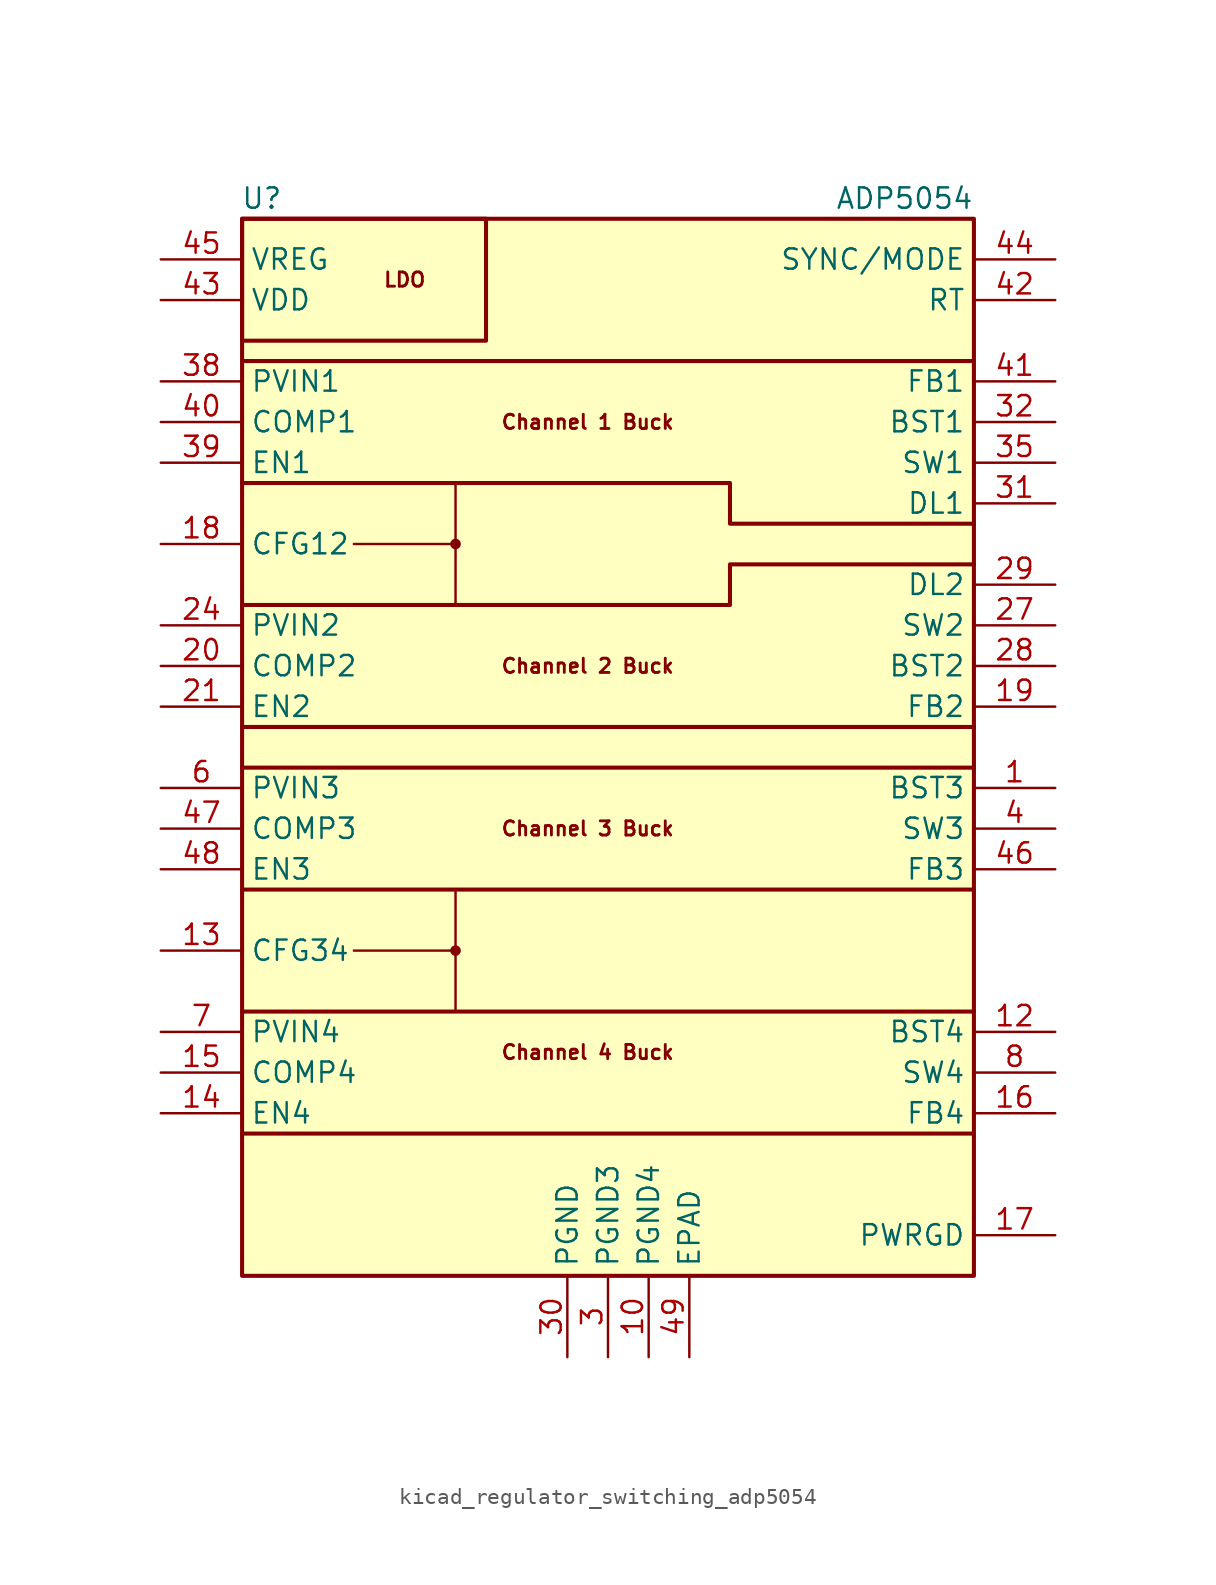
<source format=kicad_sym>
(kicad_symbol_lib
  (version 20220914)
  (generator kicad_symbol_editor)
  (symbol "kicad_regulator_switching_adp5054"
    (property "Reference" "U"
      (at -20.32 24.13 0)
      (effects (font (size 1.27 1.27)) (justify right)))
    (property "Value" "ADP5054"
      (at 22.86 24.13 0)
      (effects (font (size 1.27 1.27)) (justify right)))
    (symbol "kicad_regulator_switching_adp5054_0_0"
      (circle (center -9.525 -22.86) (radius 0.254) (stroke (width 0) (type default)) (fill (type outline)))
      (circle (center -9.525 2.54) (radius 0.254) (stroke (width 0) (type default)) (fill (type outline)))
      (polyline (pts (xy -22.86 -34.29) (xy 22.86 -34.29)) (stroke (width 0.254) (type default)) (fill (type none)))
      (polyline (pts (xy -22.86 -19.05) (xy 22.86 -19.05)) (stroke (width 0.254) (type default)) (fill (type none)))
      (polyline (pts (xy -9.525 -22.86) (xy -9.525 -19.05)) (stroke (width 0) (type default)) (fill (type none)))
      (polyline (pts (xy -9.525 2.54) (xy -9.525 6.35)) (stroke (width 0) (type default)) (fill (type none)))
      (polyline (pts (xy 22.86 -26.67) (xy -22.86 -26.67)) (stroke (width 0.254) (type default)) (fill (type none)))
      (polyline (pts (xy -15.875 -22.86) (xy -9.525 -22.86) (xy -9.525 -26.67)) (stroke (width 0) (type default)) (fill (type none)))
      (polyline (pts (xy -15.875 2.54) (xy -9.525 2.54) (xy -9.525 -1.27)) (stroke (width 0) (type default)) (fill (type none)))
      (polyline (pts (xy -22.86 6.35) (xy 7.62 6.35) (xy 7.62 3.81) (xy 22.86 3.81)) (stroke (width 0.254) (type default)) (fill (type none)))
      (polyline (pts (xy 22.86 1.27) (xy 7.62 1.27) (xy 7.62 -1.27) (xy -22.86 -1.27)) (stroke (width 0.254) (type default)) (fill (type none)))
      (text "Channel 1 Buck" (at -1.27 10.16 0) (effects (font (size 0.889 0.889) bold)))
      (text "Channel 2 Buck" (at -1.27 -5.08 0) (effects (font (size 0.889 0.889) bold)))
      (text "Channel 3 Buck" (at -1.27 -15.24 0) (effects (font (size 0.889 0.889) bold)))
      (text "Channel 4 Buck" (at -1.27 -29.21 0) (effects (font (size 0.889 0.889) bold)))
      (text "LDO" (at -12.7 19.05 0) (effects (font (size 0.889 0.889) bold))))
    (symbol "kicad_regulator_switching_adp5054_0_1"
      (rectangle (start -22.86 16.51) (end -22.86 16.51) (stroke (width 0) (type default)) (fill (type none)))
      (rectangle (start -22.86 22.86) (end -7.62 15.24) (stroke (width 0.254) (type default)) (fill (type none)))
      (polyline (pts (xy -22.86 -8.89) (xy 22.86 -8.89)) (stroke (width 0.254) (type default)) (fill (type none)))
      (polyline (pts (xy 22.86 -11.43) (xy -22.86 -11.43)) (stroke (width 0.254) (type default)) (fill (type none)))
      (polyline (pts (xy 22.86 13.97) (xy -22.86 13.97)) (stroke (width 0.254) (type default)) (fill (type none))))
    (symbol "kicad_regulator_switching_adp5054_1_1"
      (rectangle (start -22.86 22.86) (end 22.86 -43.18) (stroke (width 0.254) (type default)) (fill (type background)))
      (pin power_in line (at 27.94 -12.7 180) (length 5.08) (name "BST3" (effects (font (size 1.27 1.27)))) (number "1" (effects (font (size 1.27 1.27)))))
      (pin power_in line (at 2.54 -48.26 90) (length 5.08) (name "PGND4" (effects (font (size 1.27 1.27)))) (number "10" (effects (font (size 1.27 1.27)))))
      (pin passive line (at 2.54 -48.26 90) (length 5.08) hide (name "PGND4" (effects (font (size 1.27 1.27)))) (number "11" (effects (font (size 1.27 1.27)))))
      (pin power_in line (at 27.94 -27.94 180) (length 5.08) (name "BST4" (effects (font (size 1.27 1.27)))) (number "12" (effects (font (size 1.27 1.27)))))
      (pin input line (at -27.94 -22.86 0) (length 5.08) (name "CFG34" (effects (font (size 1.27 1.27)))) (number "13" (effects (font (size 1.27 1.27)))))
      (pin input line (at -27.94 -33.02 0) (length 5.08) (name "EN4" (effects (font (size 1.27 1.27)))) (number "14" (effects (font (size 1.27 1.27)))))
      (pin unspecified line (at -27.94 -30.48 0) (length 5.08) (name "COMP4" (effects (font (size 1.27 1.27)))) (number "15" (effects (font (size 1.27 1.27)))))
      (pin input line (at 27.94 -33.02 180) (length 5.08) (name "FB4" (effects (font (size 1.27 1.27)))) (number "16" (effects (font (size 1.27 1.27)))))
      (pin open_collector line (at 27.94 -40.64 180) (length 5.08) (name "PWRGD" (effects (font (size 1.27 1.27)))) (number "17" (effects (font (size 1.27 1.27)))))
      (pin input line (at -27.94 2.54 0) (length 5.08) (name "CFG12" (effects (font (size 1.27 1.27)))) (number "18" (effects (font (size 1.27 1.27)))))
      (pin input line (at 27.94 -7.62 180) (length 5.08) (name "FB2" (effects (font (size 1.27 1.27)))) (number "19" (effects (font (size 1.27 1.27)))))
      (pin passive line (at 0 -48.26 90) (length 5.08) hide (name "PGND3" (effects (font (size 1.27 1.27)))) (number "2" (effects (font (size 1.27 1.27)))))
      (pin unspecified line (at -27.94 -5.08 0) (length 5.08) (name "COMP2" (effects (font (size 1.27 1.27)))) (number "20" (effects (font (size 1.27 1.27)))))
      (pin input line (at -27.94 -7.62 0) (length 5.08) (name "EN2" (effects (font (size 1.27 1.27)))) (number "21" (effects (font (size 1.27 1.27)))))
      (pin passive line (at -27.94 -2.54 0) (length 5.08) hide (name "PVIN2" (effects (font (size 1.27 1.27)))) (number "22" (effects (font (size 1.27 1.27)))))
      (pin passive line (at -27.94 -2.54 0) (length 5.08) hide (name "PVIN2" (effects (font (size 1.27 1.27)))) (number "23" (effects (font (size 1.27 1.27)))))
      (pin power_in line (at -27.94 -2.54 0) (length 5.08) (name "PVIN2" (effects (font (size 1.27 1.27)))) (number "24" (effects (font (size 1.27 1.27)))))
      (pin passive line (at 27.94 -2.54 180) (length 5.08) hide (name "SW2" (effects (font (size 1.27 1.27)))) (number "25" (effects (font (size 1.27 1.27)))))
      (pin passive line (at 27.94 -2.54 180) (length 5.08) hide (name "SW2" (effects (font (size 1.27 1.27)))) (number "26" (effects (font (size 1.27 1.27)))))
      (pin power_out line (at 27.94 -2.54 180) (length 5.08) (name "SW2" (effects (font (size 1.27 1.27)))) (number "27" (effects (font (size 1.27 1.27)))))
      (pin power_in line (at 27.94 -5.08 180) (length 5.08) (name "BST2" (effects (font (size 1.27 1.27)))) (number "28" (effects (font (size 1.27 1.27)))))
      (pin output line (at 27.94 0 180) (length 5.08) (name "DL2" (effects (font (size 1.27 1.27)))) (number "29" (effects (font (size 1.27 1.27)))))
      (pin power_in line (at 0 -48.26 90) (length 5.08) (name "PGND3" (effects (font (size 1.27 1.27)))) (number "3" (effects (font (size 1.27 1.27)))))
      (pin power_in line (at -2.54 -48.26 90) (length 5.08) (name "PGND" (effects (font (size 1.27 1.27)))) (number "30" (effects (font (size 1.27 1.27)))))
      (pin output line (at 27.94 5.08 180) (length 5.08) (name "DL1" (effects (font (size 1.27 1.27)))) (number "31" (effects (font (size 1.27 1.27)))))
      (pin power_in line (at 27.94 10.16 180) (length 5.08) (name "BST1" (effects (font (size 1.27 1.27)))) (number "32" (effects (font (size 1.27 1.27)))))
      (pin passive line (at 27.94 7.62 180) (length 5.08) hide (name "SW1" (effects (font (size 1.27 1.27)))) (number "33" (effects (font (size 1.27 1.27)))))
      (pin passive line (at 27.94 7.62 180) (length 5.08) hide (name "SW1" (effects (font (size 1.27 1.27)))) (number "34" (effects (font (size 1.27 1.27)))))
      (pin power_out line (at 27.94 7.62 180) (length 5.08) (name "SW1" (effects (font (size 1.27 1.27)))) (number "35" (effects (font (size 1.27 1.27)))))
      (pin passive line (at -27.94 12.7 0) (length 5.08) hide (name "PVIN1" (effects (font (size 1.27 1.27)))) (number "36" (effects (font (size 1.27 1.27)))))
      (pin passive line (at -27.94 12.7 0) (length 5.08) hide (name "PVIN1" (effects (font (size 1.27 1.27)))) (number "37" (effects (font (size 1.27 1.27)))))
      (pin power_in line (at -27.94 12.7 0) (length 5.08) (name "PVIN1" (effects (font (size 1.27 1.27)))) (number "38" (effects (font (size 1.27 1.27)))))
      (pin input line (at -27.94 7.62 0) (length 5.08) (name "EN1" (effects (font (size 1.27 1.27)))) (number "39" (effects (font (size 1.27 1.27)))))
      (pin power_out line (at 27.94 -15.24 180) (length 5.08) (name "SW3" (effects (font (size 1.27 1.27)))) (number "4" (effects (font (size 1.27 1.27)))))
      (pin unspecified line (at -27.94 10.16 0) (length 5.08) (name "COMP1" (effects (font (size 1.27 1.27)))) (number "40" (effects (font (size 1.27 1.27)))))
      (pin input line (at 27.94 12.7 180) (length 5.08) (name "FB1" (effects (font (size 1.27 1.27)))) (number "41" (effects (font (size 1.27 1.27)))))
      (pin unspecified line (at 27.94 17.78 180) (length 5.08) (name "RT" (effects (font (size 1.27 1.27)))) (number "42" (effects (font (size 1.27 1.27)))))
      (pin power_out line (at -27.94 17.78 0) (length 5.08) (name "VDD" (effects (font (size 1.27 1.27)))) (number "43" (effects (font (size 1.27 1.27)))))
      (pin unspecified line (at 27.94 20.32 180) (length 5.08) (name "SYNC/MODE" (effects (font (size 1.27 1.27)))) (number "44" (effects (font (size 1.27 1.27)))))
      (pin power_out line (at -27.94 20.32 0) (length 5.08) (name "VREG" (effects (font (size 1.27 1.27)))) (number "45" (effects (font (size 1.27 1.27)))))
      (pin input line (at 27.94 -17.78 180) (length 5.08) (name "FB3" (effects (font (size 1.27 1.27)))) (number "46" (effects (font (size 1.27 1.27)))))
      (pin unspecified line (at -27.94 -15.24 0) (length 5.08) (name "COMP3" (effects (font (size 1.27 1.27)))) (number "47" (effects (font (size 1.27 1.27)))))
      (pin input line (at -27.94 -17.78 0) (length 5.08) (name "EN3" (effects (font (size 1.27 1.27)))) (number "48" (effects (font (size 1.27 1.27)))))
      (pin power_in line (at 5.08 -48.26 90) (length 5.08) (name "EPAD" (effects (font (size 1.27 1.27)))) (number "49" (effects (font (size 1.27 1.27)))))
      (pin passive line (at 27.94 -15.24 180) (length 5.08) hide (name "SW3" (effects (font (size 1.27 1.27)))) (number "5" (effects (font (size 1.27 1.27)))))
      (pin power_in line (at -27.94 -12.7 0) (length 5.08) (name "PVIN3" (effects (font (size 1.27 1.27)))) (number "6" (effects (font (size 1.27 1.27)))))
      (pin power_in line (at -27.94 -27.94 0) (length 5.08) (name "PVIN4" (effects (font (size 1.27 1.27)))) (number "7" (effects (font (size 1.27 1.27)))))
      (pin power_out line (at 27.94 -30.48 180) (length 5.08) (name "SW4" (effects (font (size 1.27 1.27)))) (number "8" (effects (font (size 1.27 1.27)))))
      (pin passive line (at 27.94 -30.48 180) (length 5.08) hide (name "SW4" (effects (font (size 1.27 1.27)))) (number "9" (effects (font (size 1.27 1.27))))))))
</source>
